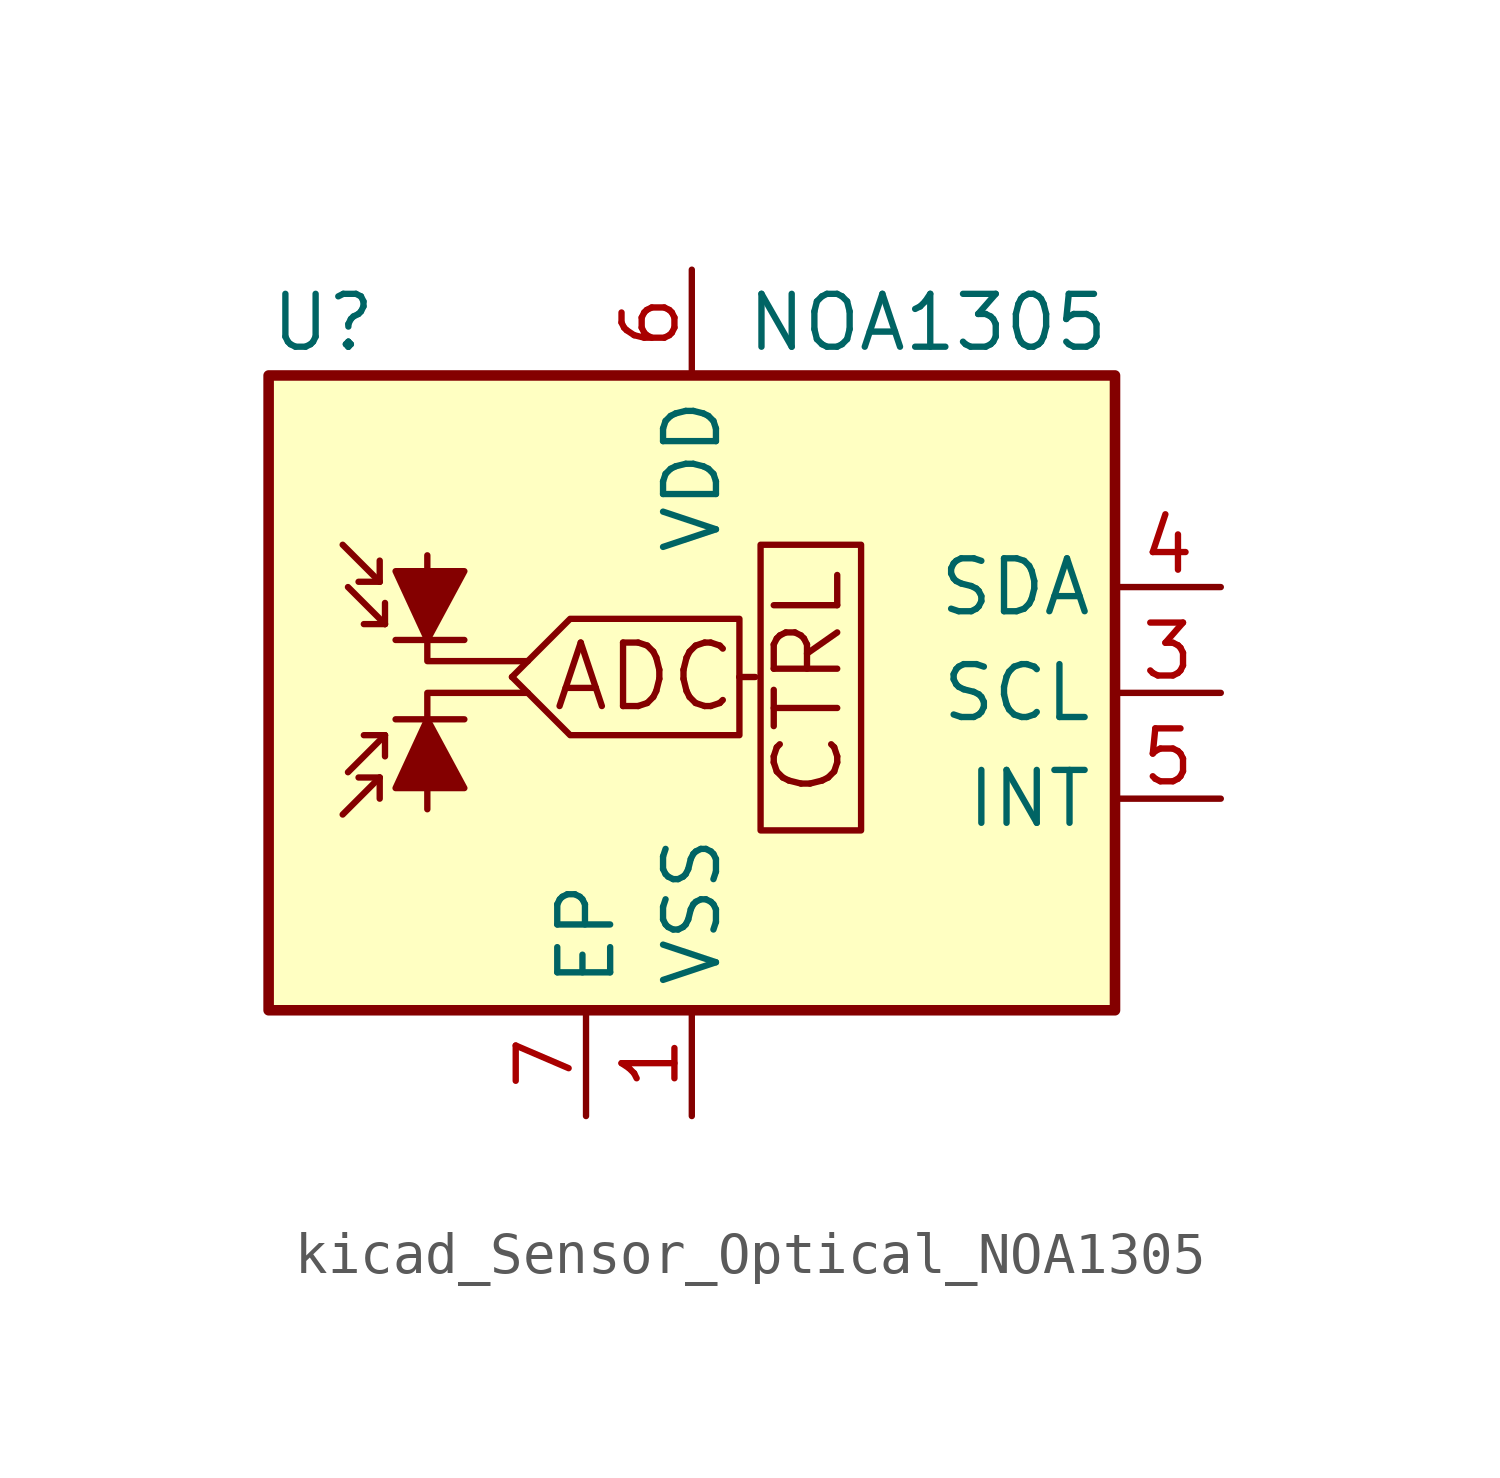
<source format=kicad_sym>
(kicad_symbol_lib
  (version 20220914)
  (generator kicad_symbol_editor)
  (symbol "kicad_Sensor_Optical_NOA1305"
    (property "Reference" "U"
      (at -10.16 8.89 0)
      (effects (font (size 1.27 1.27)) (justify left)))
    (property "Value" "NOA1305"
      (at 1.27 8.89 0)
      (effects (font (size 1.27 1.27)) (justify left)))
    (symbol "kicad_Sensor_Optical_NOA1305_0_0"
      (polyline (pts (xy 1.143 0.381) (xy 1.524 0.381)) (stroke (width 0) (type default)) (fill (type none)))
      (polyline (pts (xy -6.35 -2.794) (xy -6.35 0) (xy -3.937 0)) (stroke (width 0) (type default)) (fill (type none)))
      (polyline (pts (xy -6.35 3.302) (xy -6.35 0.762) (xy -3.937 0.762)) (stroke (width 0) (type default)) (fill (type none)))
      (polyline (pts (xy -4.318 0.381) (xy -2.921 -1.016) (xy 1.143 -1.016) (xy 1.143 0.381)) (stroke (width 0) (type default)) (fill (type none)))
      (polyline (pts (xy -4.318 0.381) (xy -2.921 1.778) (xy 1.143 1.778) (xy 1.143 0.381)) (stroke (width 0) (type default)) (fill (type none)))
      (rectangle (start 1.651 3.556) (end 4.064 -3.302) (stroke (width 0) (type default)) (fill (type none)))
      (text "ADC" (at -1.143 0.381 0) (effects (font (size 1.524 1.524))))
      (text "CTRL" (at 2.794 0.254 900) (effects (font (size 1.524 1.524)))))
    (symbol "kicad_Sensor_Optical_NOA1305_0_1"
      (polyline (pts (xy -7.493 -2.032) (xy -8.382 -2.921)) (stroke (width 0) (type default)) (fill (type none)))
      (polyline (pts (xy -7.493 -2.032) (xy -8.001 -2.032)) (stroke (width 0) (type default)) (fill (type none)))
      (polyline (pts (xy -7.493 -2.032) (xy -7.493 -2.54)) (stroke (width 0) (type default)) (fill (type none)))
      (polyline (pts (xy -7.493 2.667) (xy -8.382 3.556)) (stroke (width 0) (type default)) (fill (type none)))
      (polyline (pts (xy -7.493 2.667) (xy -8.001 2.667)) (stroke (width 0) (type default)) (fill (type none)))
      (polyline (pts (xy -7.493 2.667) (xy -7.493 3.175)) (stroke (width 0) (type default)) (fill (type none)))
      (polyline (pts (xy -7.366 -1.016) (xy -8.255 -1.905)) (stroke (width 0) (type default)) (fill (type none)))
      (polyline (pts (xy -7.366 -1.016) (xy -7.874 -1.016)) (stroke (width 0) (type default)) (fill (type none)))
      (polyline (pts (xy -7.366 -1.016) (xy -7.366 -1.524)) (stroke (width 0) (type default)) (fill (type none)))
      (polyline (pts (xy -7.366 1.651) (xy -8.255 2.54)) (stroke (width 0) (type default)) (fill (type none)))
      (polyline (pts (xy -7.366 1.651) (xy -7.874 1.651)) (stroke (width 0) (type default)) (fill (type none)))
      (polyline (pts (xy -7.366 1.651) (xy -7.366 2.159)) (stroke (width 0) (type default)) (fill (type none)))
      (polyline (pts (xy -7.112 -0.635) (xy -5.461 -0.635)) (stroke (width 0) (type default)) (fill (type none)))
      (polyline (pts (xy -7.112 1.27) (xy -5.461 1.27)) (stroke (width 0) (type default)) (fill (type none)))
      (polyline (pts (xy -7.112 -2.286) (xy -5.461 -2.286) (xy -6.35 -0.635) (xy -7.112 -2.286)) (stroke (width 0) (type default)) (fill (type outline)))
      (polyline (pts (xy -7.112 2.921) (xy -5.461 2.921) (xy -6.35 1.27) (xy -7.112 2.921)) (stroke (width 0) (type default)) (fill (type outline)))
      (rectangle (start 10.16 7.62) (end -10.16 -7.62) (stroke (width 0.254) (type default)) (fill (type background))))
    (symbol "kicad_Sensor_Optical_NOA1305_1_1"
      (pin power_in line (at 0 -10.16 90) (length 2.54) (name "VSS" (effects (font (size 1.27 1.27)))) (number "1" (effects (font (size 1.27 1.27)))))
      (pin no_connect line (at -10.16 5.08 0) (length 2.54) hide (name "NC" (effects (font (size 1.27 1.27)))) (number "2" (effects (font (size 1.27 1.27)))))
      (pin input line (at 12.7 0 180) (length 2.54) (name "SCL" (effects (font (size 1.27 1.27)))) (number "3" (effects (font (size 1.27 1.27)))))
      (pin bidirectional line (at 12.7 2.54 180) (length 2.54) (name "SDA" (effects (font (size 1.27 1.27)))) (number "4" (effects (font (size 1.27 1.27)))))
      (pin open_collector line (at 12.7 -2.54 180) (length 2.54) (name "INT" (effects (font (size 1.27 1.27)))) (number "5" (effects (font (size 1.27 1.27)))))
      (pin power_in line (at 0 10.16 270) (length 2.54) (name "VDD" (effects (font (size 1.27 1.27)))) (number "6" (effects (font (size 1.27 1.27)))))
      (pin passive line (at -2.54 -10.16 90) (length 2.54) (name "EP" (effects (font (size 1.27 1.27)))) (number "7" (effects (font (size 1.27 1.27))))))))
</source>
